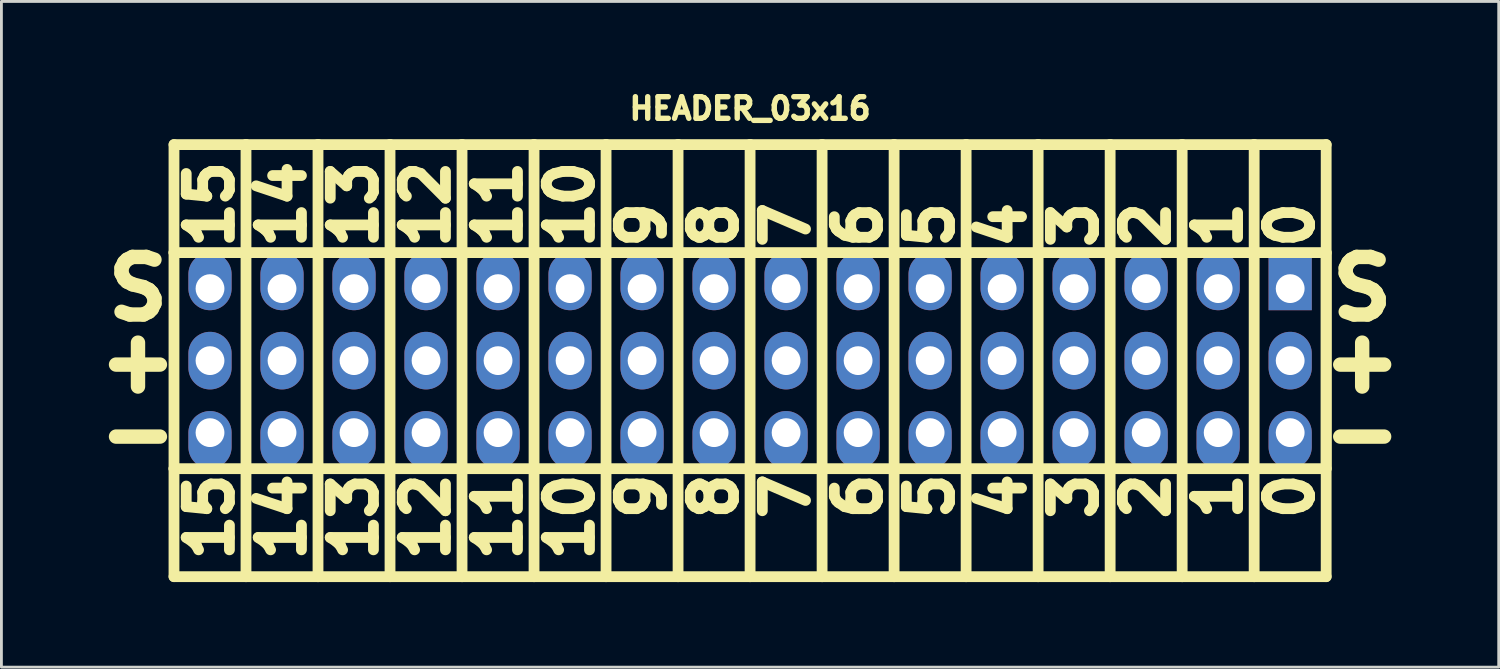
<source format=kicad_pcb>
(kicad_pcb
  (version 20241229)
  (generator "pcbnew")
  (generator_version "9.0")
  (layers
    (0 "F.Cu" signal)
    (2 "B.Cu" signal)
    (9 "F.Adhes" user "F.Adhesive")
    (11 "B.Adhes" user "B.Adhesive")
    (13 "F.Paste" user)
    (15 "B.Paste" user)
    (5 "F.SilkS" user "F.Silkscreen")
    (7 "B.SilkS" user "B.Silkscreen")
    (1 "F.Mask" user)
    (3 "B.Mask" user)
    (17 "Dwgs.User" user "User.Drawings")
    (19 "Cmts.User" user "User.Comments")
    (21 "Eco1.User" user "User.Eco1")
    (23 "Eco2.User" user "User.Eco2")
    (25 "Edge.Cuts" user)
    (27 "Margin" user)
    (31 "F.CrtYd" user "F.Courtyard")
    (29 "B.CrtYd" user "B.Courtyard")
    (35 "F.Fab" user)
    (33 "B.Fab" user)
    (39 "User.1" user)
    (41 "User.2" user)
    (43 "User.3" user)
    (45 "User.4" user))
  (footprint "HEADER_03x16"
    (layer "F.Cu")
    (at 23.407 9.67)
    (property "Reference" "HEADER_03x16" (at 0 -8.89 0) (layer "F.SilkS") (effects (font (size 0.762 0.762) (thickness 0.191))))
    (attr through_hole)
    (fp_line (start -20.32 -7.62) (end -17.78 -7.62) (stroke (width 0.381) (type solid)) (layer "F.SilkS"))
    (fp_line (start -20.32 -3.81) (end -20.32 -7.62) (stroke (width 0.381) (type solid)) (layer "F.SilkS"))
    (fp_line (start -20.32 -3.81) (end 20.32 -3.81) (stroke (width 0.381) (type solid)) (layer "F.SilkS"))
    (fp_line (start -20.32 3.81) (end -20.32 -3.81) (stroke (width 0.381) (type solid)) (layer "F.SilkS"))
    (fp_line (start -20.32 7.62) (end -20.32 3.81) (stroke (width 0.381) (type solid)) (layer "F.SilkS"))
    (fp_line (start -17.78 -7.62) (end -17.78 7.62) (stroke (width 0.381) (type solid)) (layer "F.SilkS"))
    (fp_line (start -17.78 -7.62) (end -15.24 -7.62) (stroke (width 0.381) (type solid)) (layer "F.SilkS"))
    (fp_line (start -17.78 7.62) (end -20.32 7.62) (stroke (width 0.381) (type solid)) (layer "F.SilkS"))
    (fp_line (start -15.24 -7.62) (end -15.24 7.62) (stroke (width 0.381) (type solid)) (layer "F.SilkS"))
    (fp_line (start -15.24 -7.62) (end -12.7 -7.62) (stroke (width 0.381) (type solid)) (layer "F.SilkS"))
    (fp_line (start -15.24 7.62) (end -17.78 7.62) (stroke (width 0.381) (type solid)) (layer "F.SilkS"))
    (fp_line (start -12.7 -7.62) (end -12.7 7.62) (stroke (width 0.381) (type solid)) (layer "F.SilkS"))
    (fp_line (start -12.7 -7.62) (end -10.16 -7.62) (stroke (width 0.381) (type solid)) (layer "F.SilkS"))
    (fp_line (start -12.7 7.62) (end -15.24 7.62) (stroke (width 0.381) (type solid)) (layer "F.SilkS"))
    (fp_line (start -10.16 -7.62) (end -10.16 7.62) (stroke (width 0.381) (type solid)) (layer "F.SilkS"))
    (fp_line (start -10.16 -7.62) (end -7.62 -7.62) (stroke (width 0.381) (type solid)) (layer "F.SilkS"))
    (fp_line (start -10.16 7.62) (end -12.7 7.62) (stroke (width 0.381) (type solid)) (layer "F.SilkS"))
    (fp_line (start -7.62 -7.62) (end -7.62 7.62) (stroke (width 0.381) (type solid)) (layer "F.SilkS"))
    (fp_line (start -7.62 -7.62) (end -5.08 -7.62) (stroke (width 0.381) (type solid)) (layer "F.SilkS"))
    (fp_line (start -7.62 7.62) (end -10.16 7.62) (stroke (width 0.381) (type solid)) (layer "F.SilkS"))
    (fp_line (start -5.08 -7.62) (end -5.08 7.62) (stroke (width 0.381) (type solid)) (layer "F.SilkS"))
    (fp_line (start -5.08 -7.62) (end -2.54 -7.62) (stroke (width 0.381) (type solid)) (layer "F.SilkS"))
    (fp_line (start -5.08 7.62) (end -7.62 7.62) (stroke (width 0.381) (type solid)) (layer "F.SilkS"))
    (fp_line (start -2.54 -7.62) (end -2.54 7.62) (stroke (width 0.381) (type solid)) (layer "F.SilkS"))
    (fp_line (start -2.54 -7.62) (end 0 -7.62) (stroke (width 0.381) (type solid)) (layer "F.SilkS"))
    (fp_line (start -2.54 7.62) (end -5.08 7.62) (stroke (width 0.381) (type solid)) (layer "F.SilkS"))
    (fp_line (start 0 -7.62) (end 0 7.62) (stroke (width 0.381) (type solid)) (layer "F.SilkS"))
    (fp_line (start 0 -7.62) (end 2.54 -7.62) (stroke (width 0.381) (type solid)) (layer "F.SilkS"))
    (fp_line (start 0 7.62) (end -2.54 7.62) (stroke (width 0.381) (type solid)) (layer "F.SilkS"))
    (fp_line (start 2.54 -7.62) (end 2.54 7.62) (stroke (width 0.381) (type solid)) (layer "F.SilkS"))
    (fp_line (start 2.54 -7.62) (end 5.08 -7.62) (stroke (width 0.381) (type solid)) (layer "F.SilkS"))
    (fp_line (start 2.54 7.62) (end 0 7.62) (stroke (width 0.381) (type solid)) (layer "F.SilkS"))
    (fp_line (start 5.08 -7.62) (end 5.08 7.62) (stroke (width 0.381) (type solid)) (layer "F.SilkS"))
    (fp_line (start 5.08 -7.62) (end 7.62 -7.62) (stroke (width 0.381) (type solid)) (layer "F.SilkS"))
    (fp_line (start 5.08 7.62) (end 2.54 7.62) (stroke (width 0.381) (type solid)) (layer "F.SilkS"))
    (fp_line (start 7.62 -7.62) (end 7.62 7.62) (stroke (width 0.381) (type solid)) (layer "F.SilkS"))
    (fp_line (start 7.62 -7.62) (end 10.16 -7.62) (stroke (width 0.381) (type solid)) (layer "F.SilkS"))
    (fp_line (start 7.62 7.62) (end 5.08 7.62) (stroke (width 0.381) (type solid)) (layer "F.SilkS"))
    (fp_line (start 10.16 -7.62) (end 10.16 7.62) (stroke (width 0.381) (type solid)) (layer "F.SilkS"))
    (fp_line (start 10.16 -7.62) (end 12.7 -7.62) (stroke (width 0.381) (type solid)) (layer "F.SilkS"))
    (fp_line (start 10.16 7.62) (end 7.62 7.62) (stroke (width 0.381) (type solid)) (layer "F.SilkS"))
    (fp_line (start 12.7 -7.62) (end 12.7 7.62) (stroke (width 0.381) (type solid)) (layer "F.SilkS"))
    (fp_line (start 12.7 -7.62) (end 15.24 -7.62) (stroke (width 0.381) (type solid)) (layer "F.SilkS"))
    (fp_line (start 12.7 7.62) (end 10.16 7.62) (stroke (width 0.381) (type solid)) (layer "F.SilkS"))
    (fp_line (start 15.24 -7.62) (end 15.24 7.62) (stroke (width 0.381) (type solid)) (layer "F.SilkS"))
    (fp_line (start 15.24 -7.62) (end 17.78 -7.62) (stroke (width 0.381) (type solid)) (layer "F.SilkS"))
    (fp_line (start 15.24 7.62) (end 12.7 7.62) (stroke (width 0.381) (type solid)) (layer "F.SilkS"))
    (fp_line (start 17.78 -7.62) (end 17.78 7.62) (stroke (width 0.381) (type solid)) (layer "F.SilkS"))
    (fp_line (start 17.78 -7.62) (end 20.32 -7.62) (stroke (width 0.381) (type solid)) (layer "F.SilkS"))
    (fp_line (start 17.78 7.62) (end 15.24 7.62) (stroke (width 0.381) (type solid)) (layer "F.SilkS"))
    (fp_line (start 20.32 -7.62) (end 20.32 7.62) (stroke (width 0.381) (type solid)) (layer "F.SilkS"))
    (fp_line (start 20.32 -3.81) (end 20.32 3.81) (stroke (width 0.381) (type solid)) (layer "F.SilkS"))
    (fp_line (start 20.32 3.81) (end -20.32 3.81) (stroke (width 0.381) (type solid)) (layer "F.SilkS"))
    (fp_line (start 20.32 7.62) (end 17.78 7.62) (stroke (width 0.381) (type solid)) (layer "F.SilkS"))
    (fp_text user "1" (at 16.51 -3.81 90) (layer "F.SilkS") (effects (font (size 1.524 1.524) (thickness 0.381)) (justify left)))
    (fp_text user "-" (at -21.59 2.54 0) (layer "F.SilkS") (effects (font (size 2.032 2.032) (thickness 0.508))))
    (fp_text user "14" (at -16.51 -3.81 90) (layer "F.SilkS") (effects (font (size 1.524 1.524) (thickness 0.381)) (justify left)))
    (fp_text user "S" (at -21.59 -2.54 0) (layer "F.SilkS") (effects (font (size 2.032 2.032) (thickness 0.508))))
    (fp_text user "12" (at -11.43 3.81 90) (layer "F.SilkS") (effects (font (size 1.524 1.524) (thickness 0.381)) (justify right)))
    (fp_text user "8" (at -1.27 3.81 90) (layer "F.SilkS") (effects (font (size 1.524 1.524) (thickness 0.381)) (justify right)))
    (fp_text user "5" (at 6.35 -3.81 90) (layer "F.SilkS") (effects (font (size 1.524 1.524) (thickness 0.381)) (justify left)))
    (fp_text user "13" (at -13.97 3.81 90) (layer "F.SilkS") (effects (font (size 1.524 1.524) (thickness 0.381)) (justify right)))
    (fp_text user "4" (at 8.89 -3.81 90) (layer "F.SilkS") (effects (font (size 1.524 1.524) (thickness 0.381)) (justify left)))
    (fp_text user "3" (at 11.43 -3.81 90) (layer "F.SilkS") (effects (font (size 1.524 1.524) (thickness 0.381)) (justify left)))
    (fp_text user "0" (at 19.05 -3.81 90) (layer "F.SilkS") (effects (font (size 1.524 1.524) (thickness 0.381)) (justify left)))
    (fp_text user "11" (at -8.89 3.81 90) (layer "F.SilkS") (effects (font (size 1.524 1.524) (thickness 0.381)) (justify right)))
    (fp_text user "7" (at 1.27 3.81 90) (layer "F.SilkS") (effects (font (size 1.524 1.524) (thickness 0.381)) (justify right)))
    (fp_text user "7" (at 1.27 -3.81 90) (layer "F.SilkS") (effects (font (size 1.524 1.524) (thickness 0.381)) (justify left)))
    (fp_text user "-" (at 21.59 2.54 0) (layer "F.SilkS") (effects (font (size 2.032 2.032) (thickness 0.508))))
    (fp_text user "15" (at -19.05 -3.81 90) (layer "F.SilkS") (effects (font (size 1.524 1.524) (thickness 0.381)) (justify left)))
    (fp_text user "0" (at 19.05 3.81 90) (layer "F.SilkS") (effects (font (size 1.524 1.524) (thickness 0.381)) (justify right)))
    (fp_text user "10" (at -6.35 3.81 90) (layer "F.SilkS") (effects (font (size 1.524 1.524) (thickness 0.381)) (justify right)))
    (fp_text user "2" (at 13.97 -3.81 90) (layer "F.SilkS") (effects (font (size 1.524 1.524) (thickness 0.381)) (justify left)))
    (fp_text user "+" (at -21.59 0 0) (layer "F.SilkS") (effects (font (size 2.032 2.032) (thickness 0.508))))
    (fp_text user "10" (at -6.35 -3.81 90) (layer "F.SilkS") (effects (font (size 1.524 1.524) (thickness 0.381)) (justify left)))
    (fp_text user "2" (at 13.97 3.81 90) (layer "F.SilkS") (effects (font (size 1.524 1.524) (thickness 0.381)) (justify right)))
    (fp_text user "6" (at 3.81 3.81 90) (layer "F.SilkS") (effects (font (size 1.524 1.524) (thickness 0.381)) (justify right)))
    (fp_text user "3" (at 11.43 3.81 90) (layer "F.SilkS") (effects (font (size 1.524 1.524) (thickness 0.381)) (justify right)))
    (fp_text user "5" (at 6.35 3.81 90) (layer "F.SilkS") (effects (font (size 1.524 1.524) (thickness 0.381)) (justify right)))
    (fp_text user "14" (at -16.51 3.81 90) (layer "F.SilkS") (effects (font (size 1.524 1.524) (thickness 0.381)) (justify right)))
    (fp_text user "1" (at 16.51 3.81 90) (layer "F.SilkS") (effects (font (size 1.524 1.524) (thickness 0.381)) (justify right)))
    (fp_text user "13" (at -13.97 -3.81 90) (layer "F.SilkS") (effects (font (size 1.524 1.524) (thickness 0.381)) (justify left)))
    (fp_text user "+" (at 21.59 0 0) (layer "F.SilkS") (effects (font (size 2.032 2.032) (thickness 0.508))))
    (fp_text user "9" (at -3.81 -3.81 90) (layer "F.SilkS") (effects (font (size 1.524 1.524) (thickness 0.381)) (justify left)))
    (fp_text user "S" (at 21.59 -2.54 0) (layer "F.SilkS") (effects (font (size 2.032 2.032) (thickness 0.508))))
    (fp_text user "6" (at 3.81 -3.81 90) (layer "F.SilkS") (effects (font (size 1.524 1.524) (thickness 0.381)) (justify left)))
    (fp_text user "15" (at -19.05 3.81 90) (layer "F.SilkS") (effects (font (size 1.524 1.524) (thickness 0.381)) (justify right)))
    (fp_text user "4" (at 8.89 3.81 90) (layer "F.SilkS") (effects (font (size 1.524 1.524) (thickness 0.381)) (justify right)))
    (fp_text user "8" (at -1.27 -3.81 90) (layer "F.SilkS") (effects (font (size 1.524 1.524) (thickness 0.381)) (justify left)))
    (fp_text user "12" (at -11.43 -3.81 90) (layer "F.SilkS") (effects (font (size 1.524 1.524) (thickness 0.381)) (justify left)))
    (fp_text user "11" (at -8.89 -3.81 90) (layer "F.SilkS") (effects (font (size 1.524 1.524) (thickness 0.381)) (justify left)))
    (fp_text user "9" (at -3.81 3.81 90) (layer "F.SilkS") (effects (font (size 1.524 1.524) (thickness 0.381)) (justify right)))
    (pad "1" thru_hole rect (at 19.05 -2.54) (size 1.524 2.032) (drill 1.016 (offset 0 -0.254)) (layers "*.Cu" "*.Mask"))
    (pad "2" thru_hole oval (at 19.05 0) (size 1.524 2.032) (drill 1.016) (layers "*.Cu" "*.Mask"))
    (pad "3" thru_hole oval (at 19.05 2.54) (size 1.524 2.032) (drill 1.016 (offset 0 0.254)) (layers "*.Cu" "*.Mask"))
    (pad "4" thru_hole oval (at 16.51 -2.54) (size 1.524 2.032) (drill 1.016 (offset 0 -0.254)) (layers "*.Cu" "*.Mask"))
    (pad "5" thru_hole oval (at 16.51 0) (size 1.524 2.032) (drill 1.016) (layers "*.Cu" "*.Mask"))
    (pad "6" thru_hole oval (at 16.51 2.54) (size 1.524 2.032) (drill 1.016 (offset 0 0.254)) (layers "*.Cu" "*.Mask"))
    (pad "7" thru_hole oval (at 13.97 -2.54) (size 1.524 2.032) (drill 1.016 (offset 0 -0.254)) (layers "*.Cu" "*.Mask"))
    (pad "8" thru_hole oval (at 13.97 0) (size 1.524 2.032) (drill 1.016) (layers "*.Cu" "*.Mask"))
    (pad "9" thru_hole oval (at 13.97 2.54) (size 1.524 2.032) (drill 1.016 (offset 0 0.254)) (layers "*.Cu" "*.Mask"))
    (pad "10" thru_hole oval (at 11.43 -2.54) (size 1.524 2.032) (drill 1.016 (offset 0 -0.254)) (layers "*.Cu" "*.Mask"))
    (pad "11" thru_hole oval (at 11.43 0) (size 1.524 2.032) (drill 1.016) (layers "*.Cu" "*.Mask"))
    (pad "12" thru_hole oval (at 11.43 2.54) (size 1.524 2.032) (drill 1.016 (offset 0 0.254)) (layers "*.Cu" "*.Mask"))
    (pad "13" thru_hole oval (at 8.89 -2.54) (size 1.524 2.032) (drill 1.016 (offset 0 -0.254)) (layers "*.Cu" "*.Mask"))
    (pad "14" thru_hole oval (at 8.89 0) (size 1.524 2.032) (drill 1.016) (layers "*.Cu" "*.Mask"))
    (pad "15" thru_hole oval (at 8.89 2.54) (size 1.524 2.032) (drill 1.016 (offset 0 0.254)) (layers "*.Cu" "*.Mask"))
    (pad "16" thru_hole oval (at 6.35 -2.54) (size 1.524 2.032) (drill 1.016 (offset 0 -0.254)) (layers "*.Cu" "*.Mask"))
    (pad "17" thru_hole oval (at 6.35 0) (size 1.524 2.032) (drill 1.016) (layers "*.Cu" "*.Mask"))
    (pad "18" thru_hole oval (at 6.35 2.54) (size 1.524 2.032) (drill 1.016 (offset 0 0.254)) (layers "*.Cu" "*.Mask"))
    (pad "19" thru_hole oval (at 3.81 -2.54) (size 1.524 2.032) (drill 1.016 (offset 0 -0.254)) (layers "*.Cu" "*.Mask"))
    (pad "20" thru_hole oval (at 3.81 0) (size 1.524 2.032) (drill 1.016) (layers "*.Cu" "*.Mask"))
    (pad "21" thru_hole oval (at 3.81 2.54) (size 1.524 2.032) (drill 1.016 (offset 0 0.254)) (layers "*.Cu" "*.Mask"))
    (pad "22" thru_hole oval (at 1.27 -2.54) (size 1.524 2.032) (drill 1.016 (offset 0 -0.254)) (layers "*.Cu" "*.Mask"))
    (pad "23" thru_hole oval (at 1.27 0) (size 1.524 2.032) (drill 1.016) (layers "*.Cu" "*.Mask"))
    (pad "24" thru_hole oval (at 1.27 2.54) (size 1.524 2.032) (drill 1.016 (offset 0 0.254)) (layers "*.Cu" "*.Mask"))
    (pad "25" thru_hole oval (at -1.27 -2.54) (size 1.524 2.032) (drill 1.016 (offset 0 -0.254)) (layers "*.Cu" "*.Mask"))
    (pad "26" thru_hole oval (at -1.27 0) (size 1.524 2.032) (drill 1.016) (layers "*.Cu" "*.Mask"))
    (pad "27" thru_hole oval (at -1.27 2.54) (size 1.524 2.032) (drill 1.016 (offset 0 0.254)) (layers "*.Cu" "*.Mask"))
    (pad "28" thru_hole oval (at -3.81 -2.54) (size 1.524 2.032) (drill 1.016 (offset 0 -0.254)) (layers "*.Cu" "*.Mask"))
    (pad "29" thru_hole oval (at -3.81 0) (size 1.524 2.032) (drill 1.016) (layers "*.Cu" "*.Mask"))
    (pad "30" thru_hole oval (at -3.81 2.54) (size 1.524 2.032) (drill 1.016 (offset 0 0.254)) (layers "*.Cu" "*.Mask"))
    (pad "31" thru_hole oval (at -6.35 -2.54) (size 1.524 2.032) (drill 1.016 (offset 0 -0.254)) (layers "*.Cu" "*.Mask"))
    (pad "32" thru_hole oval (at -6.35 0) (size 1.524 2.032) (drill 1.016) (layers "*.Cu" "*.Mask"))
    (pad "33" thru_hole oval (at -6.35 2.54) (size 1.524 2.032) (drill 1.016 (offset 0 0.254)) (layers "*.Cu" "*.Mask"))
    (pad "34" thru_hole oval (at -8.89 -2.54) (size 1.524 2.032) (drill 1.016 (offset 0 -0.254)) (layers "*.Cu" "*.Mask"))
    (pad "35" thru_hole oval (at -8.89 0) (size 1.524 2.032) (drill 1.016) (layers "*.Cu" "*.Mask"))
    (pad "36" thru_hole oval (at -8.89 2.54) (size 1.524 2.032) (drill 1.016 (offset 0 0.254)) (layers "*.Cu" "*.Mask"))
    (pad "37" thru_hole oval (at -11.43 -2.54) (size 1.524 2.032) (drill 1.016 (offset 0 -0.254)) (layers "*.Cu" "*.Mask"))
    (pad "38" thru_hole oval (at -11.43 0) (size 1.524 2.032) (drill 1.016) (layers "*.Cu" "*.Mask"))
    (pad "39" thru_hole oval (at -11.43 2.54) (size 1.524 2.032) (drill 1.016 (offset 0 0.254)) (layers "*.Cu" "*.Mask"))
    (pad "40" thru_hole oval (at -13.97 -2.54) (size 1.524 2.032) (drill 1.016 (offset 0 -0.254)) (layers "*.Cu" "*.Mask"))
    (pad "41" thru_hole oval (at -13.97 0) (size 1.524 2.032) (drill 1.016) (layers "*.Cu" "*.Mask"))
    (pad "42" thru_hole oval (at -13.97 2.54) (size 1.524 2.032) (drill 1.016 (offset 0 0.254)) (layers "*.Cu" "*.Mask"))
    (pad "43" thru_hole oval (at -16.51 -2.54) (size 1.524 2.032) (drill 1.016 (offset 0 -0.254)) (layers "*.Cu" "*.Mask"))
    (pad "44" thru_hole oval (at -16.51 0) (size 1.524 2.032) (drill 1.016) (layers "*.Cu" "*.Mask"))
    (pad "45" thru_hole oval (at -16.51 2.54) (size 1.524 2.032) (drill 1.016 (offset 0 0.254)) (layers "*.Cu" "*.Mask"))
    (pad "46" thru_hole oval (at -19.05 -2.54) (size 1.524 2.032) (drill 1.016 (offset 0 -0.254)) (layers "*.Cu" "*.Mask"))
    (pad "47" thru_hole oval (at -19.05 0) (size 1.524 2.032) (drill 1.016) (layers "*.Cu" "*.Mask"))
    (pad "48" thru_hole oval (at -19.05 2.54) (size 1.524 2.032) (drill 1.016 (offset 0 0.254)) (layers "*.Cu" "*.Mask")))
  (gr_rect
    (start -3 -3)
    (end 49.813 20.481)
    (stroke (width 0.1) (type default))
    (fill no)
    (layer "Edge.Cuts")))
</source>
